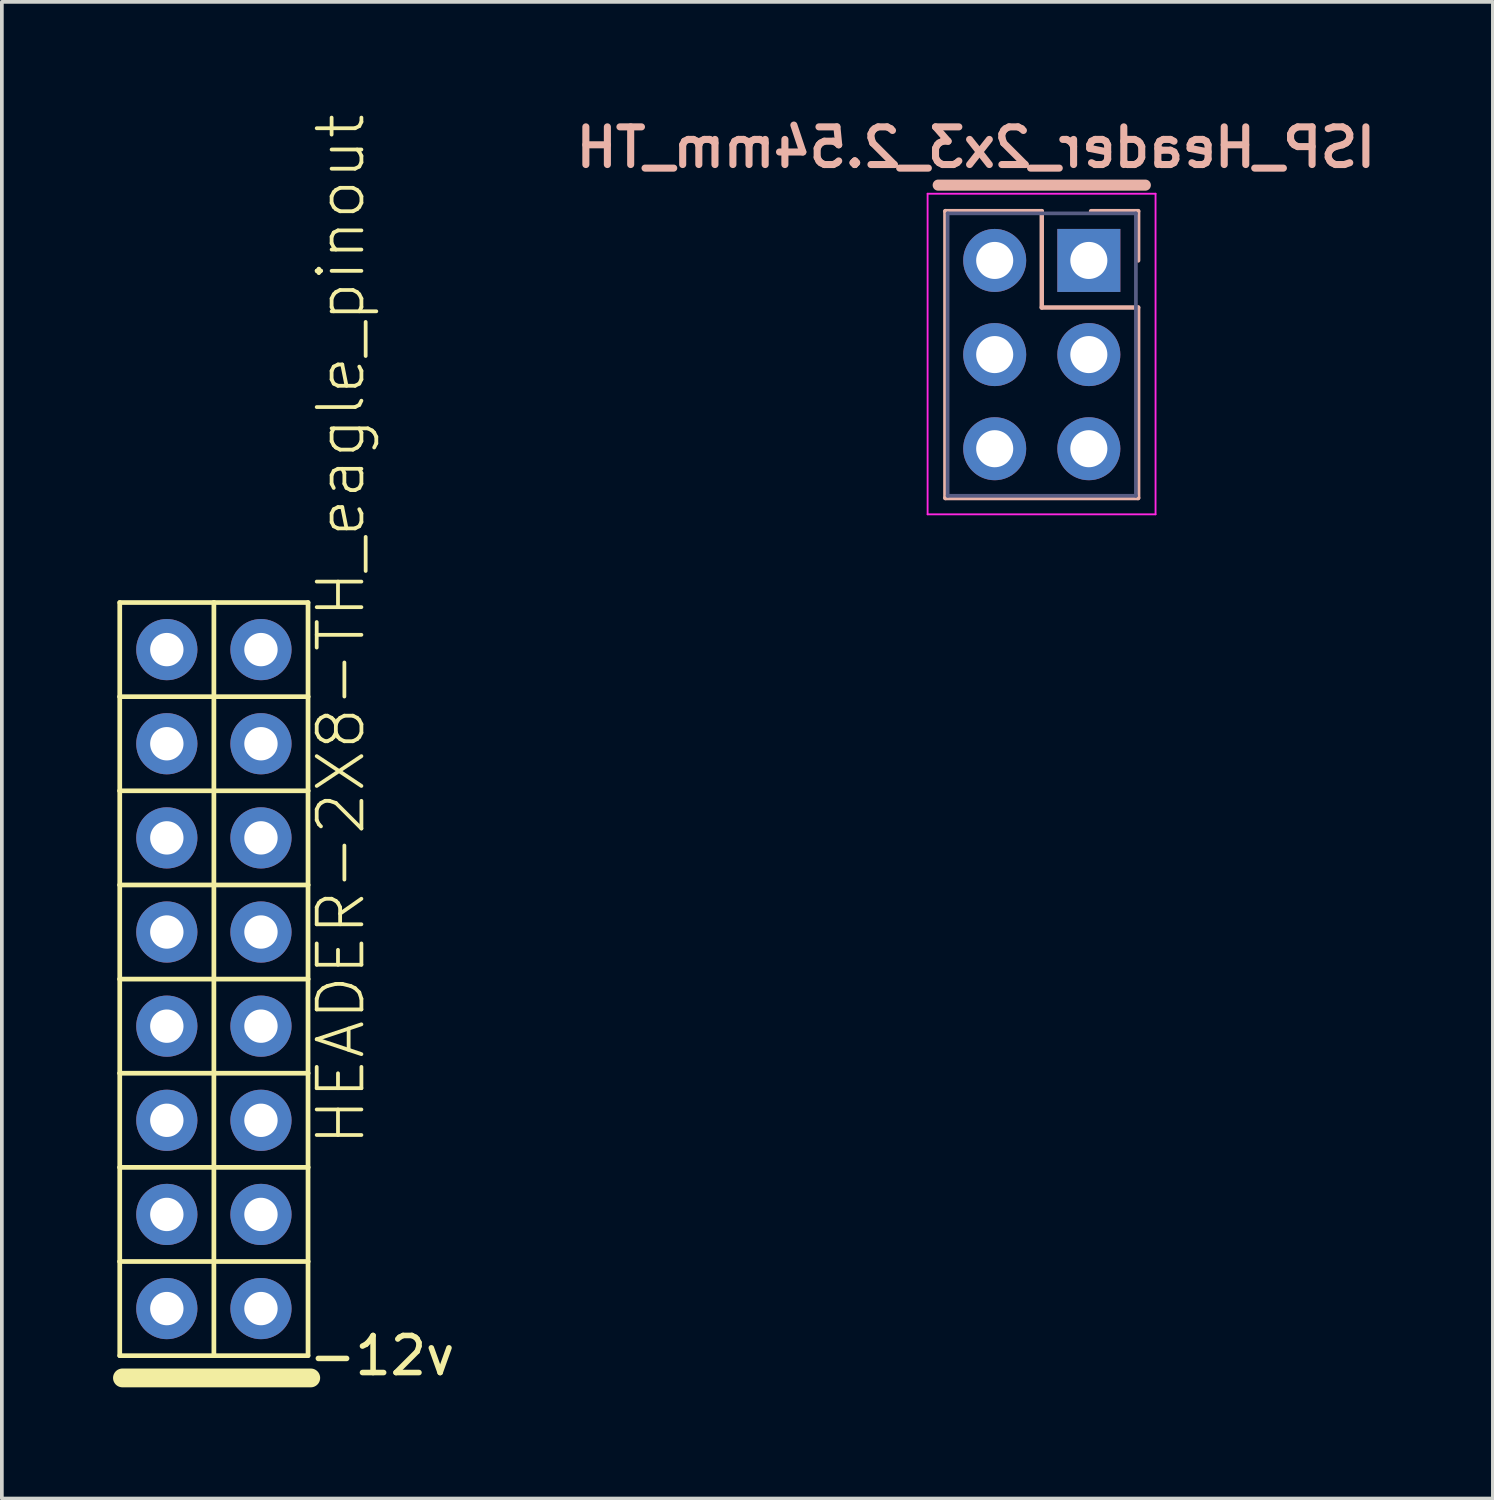
<source format=kicad_pcb>
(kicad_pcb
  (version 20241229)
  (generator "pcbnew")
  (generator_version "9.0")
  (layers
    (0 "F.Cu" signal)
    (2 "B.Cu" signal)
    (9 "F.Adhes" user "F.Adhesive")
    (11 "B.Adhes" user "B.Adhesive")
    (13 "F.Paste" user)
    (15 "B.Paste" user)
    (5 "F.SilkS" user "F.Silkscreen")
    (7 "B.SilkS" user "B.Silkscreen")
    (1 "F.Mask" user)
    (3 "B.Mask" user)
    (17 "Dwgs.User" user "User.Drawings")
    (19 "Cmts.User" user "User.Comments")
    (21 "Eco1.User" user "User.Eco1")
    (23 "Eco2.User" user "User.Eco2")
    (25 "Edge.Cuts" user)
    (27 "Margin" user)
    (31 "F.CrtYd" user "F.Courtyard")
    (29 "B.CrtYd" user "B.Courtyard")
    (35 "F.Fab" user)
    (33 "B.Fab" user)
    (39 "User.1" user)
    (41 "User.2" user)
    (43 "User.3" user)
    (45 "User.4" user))
  (footprint "ISP_Header_2x3_2.54mm_TH"
    (layer "F.Cu")
    (at 26.328 3.977)
    (property "Reference" "ISP_Header_2x3_2.54mm_TH" (at -3.048 -3.048 0) (layer "B.SilkS") (effects (font (size 1.016 1.016) (thickness 0.191)) (justify mirror)))
    (attr through_hole)
    (fp_line (start -4.064 -2.032) (end 1.524 -2.032) (stroke (width 0.3) (type solid)) (layer "B.SilkS"))
    (fp_line (start -3.87 -1.33) (end -1.27 -1.33) (stroke (width 0.12) (type solid)) (layer "B.SilkS"))
    (fp_line (start -3.87 6.41) (end -3.87 -1.33) (stroke (width 0.12) (type solid)) (layer "B.SilkS"))
    (fp_line (start -1.27 -1.33) (end -1.27 1.27) (stroke (width 0.12) (type solid)) (layer "B.SilkS"))
    (fp_line (start -1.27 1.27) (end 1.33 1.27) (stroke (width 0.12) (type solid)) (layer "B.SilkS"))
    (fp_line (start 1.33 -1.33) (end 0.06 -1.33) (stroke (width 0.12) (type solid)) (layer "B.SilkS"))
    (fp_line (start 1.33 0) (end 1.33 -1.33) (stroke (width 0.12) (type solid)) (layer "B.SilkS"))
    (fp_line (start 1.33 1.27) (end 1.33 6.41) (stroke (width 0.12) (type solid)) (layer "B.SilkS"))
    (fp_line (start 1.33 6.41) (end -3.87 6.41) (stroke (width 0.12) (type solid)) (layer "B.SilkS"))
    (fp_line (start -4.35 -1.8) (end -4.35 6.85) (stroke (width 0.05) (type solid)) (layer "F.CrtYd"))
    (fp_line (start -4.35 6.85) (end 1.8 6.85) (stroke (width 0.05) (type solid)) (layer "F.CrtYd"))
    (fp_line (start 1.8 -1.8) (end -4.35 -1.8) (stroke (width 0.05) (type solid)) (layer "F.CrtYd"))
    (fp_line (start 1.8 6.85) (end 1.8 -1.8) (stroke (width 0.05) (type solid)) (layer "F.CrtYd"))
    (fp_line (start -3.81 -1.27) (end -3.81 6.35) (stroke (width 0.1) (type solid)) (layer "B.Fab"))
    (fp_line (start -3.81 6.35) (end 1.27 6.35) (stroke (width 0.1) (type solid)) (layer "B.Fab"))
    (fp_line (start 1.27 -1.27) (end -3.81 -1.27) (stroke (width 0.1) (type solid)) (layer "B.Fab"))
    (fp_line (start 1.27 6.35) (end 1.27 -1.27) (stroke (width 0.1) (type solid)) (layer "B.Fab"))
    (fp_text user "" (at -1.27 7.62 0) (layer "B.SilkS") (effects (font (size 1.016 1.016) (thickness 0.191)) (justify mirror)))
    (pad "1" thru_hole rect (at 0 0) (size 1.7 1.7) (drill 1) (layers "*.Cu" "*.Mask"))
    (pad "2" thru_hole oval (at -2.54 0) (size 1.7 1.7) (drill 1) (layers "*.Cu" "*.Mask"))
    (pad "3" thru_hole oval (at 0 2.54) (size 1.7 1.7) (drill 1) (layers "*.Cu" "*.Mask"))
    (pad "4" thru_hole oval (at -2.54 2.54) (size 1.7 1.7) (drill 1) (layers "*.Cu" "*.Mask"))
    (pad "5" thru_hole oval (at 0 5.08) (size 1.7 1.7) (drill 1) (layers "*.Cu" "*.Mask"))
    (pad "6" thru_hole oval (at -2.54 5.08) (size 1.7 1.7) (drill 1) (layers "*.Cu" "*.Mask")))
  (footprint "HEADER-2X8-TH_eagle_pinout"
    (layer "F.Cu")
    (at 2.704 23.378)
    (property "Reference" "HEADER-2X8-TH_eagle_pinout" (at 4.15 4.55 90) (layer "F.SilkS") (effects (font (size 1.206 1.206) (thickness 0.102)) (justify left bottom)))
    (attr through_hole)
    (fp_line (start -2.523 -10.171) (end -2.523 -7.631) (stroke (width 0.127) (type solid)) (layer "F.SilkS"))
    (fp_line (start -2.523 -10.171) (end 0.017 -10.171) (stroke (width 0.127) (type solid)) (layer "F.SilkS"))
    (fp_line (start -2.523 -7.631) (end -2.523 -5.091) (stroke (width 0.127) (type solid)) (layer "F.SilkS"))
    (fp_line (start -2.523 -5.091) (end -2.523 -2.551) (stroke (width 0.127) (type solid)) (layer "F.SilkS"))
    (fp_line (start -2.523 -5.091) (end 0.017 -5.091) (stroke (width 0.127) (type solid)) (layer "F.SilkS"))
    (fp_line (start -2.523 -2.551) (end -2.523 -0.011) (stroke (width 0.127) (type solid)) (layer "F.SilkS"))
    (fp_line (start -2.523 -0.011) (end -2.523 2.529) (stroke (width 0.127) (type solid)) (layer "F.SilkS"))
    (fp_line (start -2.523 -0.011) (end 0.017 -0.011) (stroke (width 0.127) (type solid)) (layer "F.SilkS"))
    (fp_line (start -2.523 2.529) (end -2.523 5.069) (stroke (width 0.127) (type solid)) (layer "F.SilkS"))
    (fp_line (start -2.523 5.069) (end -2.523 7.609) (stroke (width 0.127) (type solid)) (layer "F.SilkS"))
    (fp_line (start -2.523 5.069) (end 0.017 5.069) (stroke (width 0.127) (type solid)) (layer "F.SilkS"))
    (fp_line (start -2.523 7.609) (end -2.523 10.149) (stroke (width 0.127) (type solid)) (layer "F.SilkS"))
    (fp_line (start -2.523 10.149) (end 0.017 10.149) (stroke (width 0.127) (type solid)) (layer "F.SilkS"))
    (fp_line (start 0.017 -10.171) (end 0.017 -7.631) (stroke (width 0.127) (type solid)) (layer "F.SilkS"))
    (fp_line (start 0.017 -10.171) (end 2.557 -10.171) (stroke (width 0.127) (type solid)) (layer "F.SilkS"))
    (fp_line (start 0.017 -7.631) (end -2.523 -7.631) (stroke (width 0.127) (type solid)) (layer "F.SilkS"))
    (fp_line (start 0.017 -7.631) (end 0.017 -5.091) (stroke (width 0.127) (type solid)) (layer "F.SilkS"))
    (fp_line (start 0.017 -5.091) (end 0.017 -2.551) (stroke (width 0.127) (type solid)) (layer "F.SilkS"))
    (fp_line (start 0.017 -5.091) (end 2.557 -5.091) (stroke (width 0.127) (type solid)) (layer "F.SilkS"))
    (fp_line (start 0.017 -2.551) (end -2.523 -2.551) (stroke (width 0.127) (type solid)) (layer "F.SilkS"))
    (fp_line (start 0.017 -2.551) (end 0.017 -0.011) (stroke (width 0.127) (type solid)) (layer "F.SilkS"))
    (fp_line (start 0.017 -0.011) (end 0.017 2.529) (stroke (width 0.127) (type solid)) (layer "F.SilkS"))
    (fp_line (start 0.017 -0.011) (end 2.557 -0.011) (stroke (width 0.127) (type solid)) (layer "F.SilkS"))
    (fp_line (start 0.017 2.529) (end -2.523 2.529) (stroke (width 0.127) (type solid)) (layer "F.SilkS"))
    (fp_line (start 0.017 2.529) (end 0.017 5.069) (stroke (width 0.127) (type solid)) (layer "F.SilkS"))
    (fp_line (start 0.017 5.069) (end 0.017 7.609) (stroke (width 0.127) (type solid)) (layer "F.SilkS"))
    (fp_line (start 0.017 5.069) (end 2.557 5.069) (stroke (width 0.127) (type solid)) (layer "F.SilkS"))
    (fp_line (start 0.017 7.609) (end -2.523 7.609) (stroke (width 0.127) (type solid)) (layer "F.SilkS"))
    (fp_line (start 0.017 7.609) (end 0.017 10.149) (stroke (width 0.127) (type solid)) (layer "F.SilkS"))
    (fp_line (start 0.017 10.149) (end 2.557 10.149) (stroke (width 0.127) (type solid)) (layer "F.SilkS"))
    (fp_line (start 2.557 -7.631) (end 0.017 -7.631) (stroke (width 0.127) (type solid)) (layer "F.SilkS"))
    (fp_line (start 2.557 -7.631) (end 2.557 -10.171) (stroke (width 0.127) (type solid)) (layer "F.SilkS"))
    (fp_line (start 2.557 -5.091) (end 2.557 -7.631) (stroke (width 0.127) (type solid)) (layer "F.SilkS"))
    (fp_line (start 2.557 -2.551) (end 0.017 -2.551) (stroke (width 0.127) (type solid)) (layer "F.SilkS"))
    (fp_line (start 2.557 -2.551) (end 2.557 -5.091) (stroke (width 0.127) (type solid)) (layer "F.SilkS"))
    (fp_line (start 2.557 -0.011) (end 2.557 -2.551) (stroke (width 0.127) (type solid)) (layer "F.SilkS"))
    (fp_line (start 2.557 2.529) (end 0.017 2.529) (stroke (width 0.127) (type solid)) (layer "F.SilkS"))
    (fp_line (start 2.557 2.529) (end 2.557 -0.011) (stroke (width 0.127) (type solid)) (layer "F.SilkS"))
    (fp_line (start 2.557 5.069) (end 2.557 2.529) (stroke (width 0.127) (type solid)) (layer "F.SilkS"))
    (fp_line (start 2.557 7.609) (end 0.017 7.609) (stroke (width 0.127) (type solid)) (layer "F.SilkS"))
    (fp_line (start 2.557 7.609) (end 2.557 5.069) (stroke (width 0.127) (type solid)) (layer "F.SilkS"))
    (fp_line (start 2.557 10.149) (end 2.557 7.609) (stroke (width 0.127) (type solid)) (layer "F.SilkS"))
    (fp_line (start 2.63 10.75) (end -2.45 10.75) (stroke (width 0.508) (type solid)) (layer "F.SilkS"))
    (fp_text user "-12v" (at 4.55 10.15 0) (layer "F.SilkS") (effects (font (size 1 1) (thickness 0.15))))
    (pad "1" thru_hole circle (at 1.287 8.879 180) (size 1.651 1.651) (drill 0.9) (layers "*.Cu" "*.Mask"))
    (pad "2" thru_hole circle (at -1.253 8.879 180) (size 1.651 1.651) (drill 0.9) (layers "*.Cu" "*.Mask"))
    (pad "3" thru_hole circle (at 1.287 6.339 180) (size 1.651 1.651) (drill 0.9) (layers "*.Cu" "*.Mask"))
    (pad "4" thru_hole circle (at -1.253 6.339 180) (size 1.651 1.651) (drill 0.9) (layers "*.Cu" "*.Mask"))
    (pad "5" thru_hole circle (at 1.287 3.799 180) (size 1.651 1.651) (drill 0.9) (layers "*.Cu" "*.Mask"))
    (pad "6" thru_hole circle (at -1.253 3.799 180) (size 1.651 1.651) (drill 0.9) (layers "*.Cu" "*.Mask"))
    (pad "7" thru_hole circle (at 1.287 1.259 180) (size 1.651 1.651) (drill 0.9) (layers "*.Cu" "*.Mask"))
    (pad "8" thru_hole circle (at -1.253 1.259 180) (size 1.651 1.651) (drill 0.9) (layers "*.Cu" "*.Mask"))
    (pad "9" thru_hole circle (at 1.287 -1.281 180) (size 1.651 1.651) (drill 0.9) (layers "*.Cu" "*.Mask"))
    (pad "10" thru_hole circle (at -1.253 -1.281 180) (size 1.651 1.651) (drill 0.9) (layers "*.Cu" "*.Mask"))
    (pad "11" thru_hole circle (at 1.287 -3.821 180) (size 1.651 1.651) (drill 0.9) (layers "*.Cu" "*.Mask"))
    (pad "12" thru_hole circle (at -1.253 -3.821 180) (size 1.651 1.651) (drill 0.9) (layers "*.Cu" "*.Mask"))
    (pad "13" thru_hole circle (at 1.287 -6.361 180) (size 1.651 1.651) (drill 0.9) (layers "*.Cu" "*.Mask"))
    (pad "14" thru_hole circle (at -1.253 -6.361 180) (size 1.651 1.651) (drill 0.9) (layers "*.Cu" "*.Mask"))
    (pad "15" thru_hole circle (at 1.287 -8.901 180) (size 1.651 1.651) (drill 0.9) (layers "*.Cu" "*.Mask"))
    (pad "16" thru_hole circle (at -1.253 -8.901 180) (size 1.651 1.651) (drill 0.9) (layers "*.Cu" "*.Mask")))
  (gr_rect
    (start -3 -3)
    (end 37.229 37.382)
    (stroke (width 0.1) (type default))
    (fill no)
    (layer "Edge.Cuts")))
</source>
